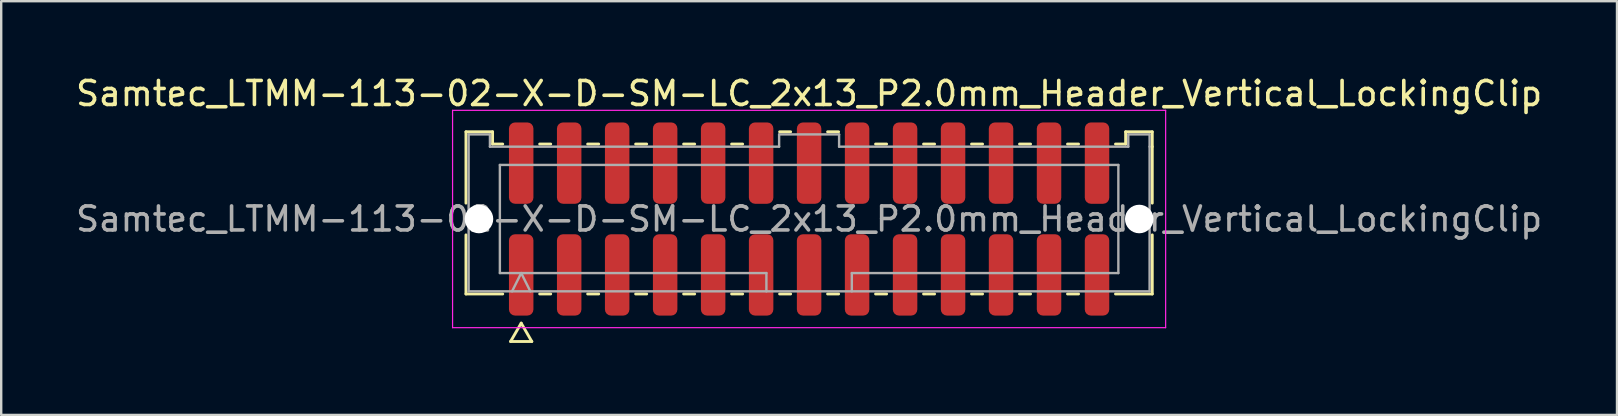
<source format=kicad_pcb>
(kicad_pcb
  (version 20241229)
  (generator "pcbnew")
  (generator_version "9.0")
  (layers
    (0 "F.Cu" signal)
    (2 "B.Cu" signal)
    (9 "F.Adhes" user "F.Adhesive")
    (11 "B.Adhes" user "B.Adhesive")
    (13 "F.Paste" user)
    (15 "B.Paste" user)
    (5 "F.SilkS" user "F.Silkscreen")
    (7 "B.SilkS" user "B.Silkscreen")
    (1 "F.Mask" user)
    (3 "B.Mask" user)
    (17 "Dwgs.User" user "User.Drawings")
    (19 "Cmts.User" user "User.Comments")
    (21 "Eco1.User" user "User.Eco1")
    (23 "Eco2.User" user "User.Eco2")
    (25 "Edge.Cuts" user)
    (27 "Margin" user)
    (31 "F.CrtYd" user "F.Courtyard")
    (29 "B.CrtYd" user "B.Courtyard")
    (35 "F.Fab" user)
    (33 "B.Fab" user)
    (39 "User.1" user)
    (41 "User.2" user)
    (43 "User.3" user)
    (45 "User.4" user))
  (footprint "Samtec_LTMM-113-02-X-D-SM-LC_2x13_P2.0mm_Header_Vertical_LockingClip"
    (layer "F.Cu")
    (at 30.673 6.078)
    (property "Reference" "Samtec_LTMM-113-02-X-D-SM-LC_2x13_P2.0mm_Header_Vertical_LockingClip" (at 0 -5.23 0) (layer "F.SilkS") (effects (font (size 1 1) (thickness 0.15))))
    (attr smd)
    (fp_line (start -14.302 -3.635) (end -13.193 -3.635) (stroke (width 0.12) (type solid)) (layer "F.SilkS"))
    (fp_line (start -14.302 -0.662) (end -14.302 -3.635) (stroke (width 0.12) (type solid)) (layer "F.SilkS"))
    (fp_line (start -14.302 3.125) (end -14.302 0.662) (stroke (width 0.12) (type solid)) (layer "F.SilkS"))
    (fp_line (start -13.193 -3.635) (end -13.193 -3.125) (stroke (width 0.12) (type solid)) (layer "F.SilkS"))
    (fp_line (start -13.193 -3.125) (end -12.77 -3.125) (stroke (width 0.12) (type solid)) (layer "F.SilkS"))
    (fp_line (start -12.77 3.125) (end -14.302 3.125) (stroke (width 0.12) (type solid)) (layer "F.SilkS"))
    (fp_line (start -12.442 5.105) (end -12 4.34) (stroke (width 0.12) (type solid)) (layer "F.SilkS"))
    (fp_line (start -12 4.34) (end -11.558 5.105) (stroke (width 0.12) (type solid)) (layer "F.SilkS"))
    (fp_line (start -11.558 5.105) (end -12.442 5.105) (stroke (width 0.12) (type solid)) (layer "F.SilkS"))
    (fp_line (start -11.23 -3.125) (end -10.77 -3.125) (stroke (width 0.12) (type solid)) (layer "F.SilkS"))
    (fp_line (start -10.77 3.125) (end -11.23 3.125) (stroke (width 0.12) (type solid)) (layer "F.SilkS"))
    (fp_line (start -9.23 -3.125) (end -8.77 -3.125) (stroke (width 0.12) (type solid)) (layer "F.SilkS"))
    (fp_line (start -8.77 3.125) (end -9.23 3.125) (stroke (width 0.12) (type solid)) (layer "F.SilkS"))
    (fp_line (start -7.23 -3.125) (end -6.77 -3.125) (stroke (width 0.12) (type solid)) (layer "F.SilkS"))
    (fp_line (start -6.77 3.125) (end -7.23 3.125) (stroke (width 0.12) (type solid)) (layer "F.SilkS"))
    (fp_line (start -5.23 -3.125) (end -4.77 -3.125) (stroke (width 0.12) (type solid)) (layer "F.SilkS"))
    (fp_line (start -4.77 3.125) (end -5.23 3.125) (stroke (width 0.12) (type solid)) (layer "F.SilkS"))
    (fp_line (start -3.23 -3.125) (end -2.77 -3.125) (stroke (width 0.12) (type solid)) (layer "F.SilkS"))
    (fp_line (start -2.77 3.125) (end -3.23 3.125) (stroke (width 0.12) (type solid)) (layer "F.SilkS"))
    (fp_line (start -1.23 -3.635) (end -0.77 -3.635) (stroke (width 0.12) (type solid)) (layer "F.SilkS"))
    (fp_line (start -0.77 3.125) (end -1.23 3.125) (stroke (width 0.12) (type solid)) (layer "F.SilkS"))
    (fp_line (start 0.77 -3.635) (end 1.23 -3.635) (stroke (width 0.12) (type solid)) (layer "F.SilkS"))
    (fp_line (start 1.23 3.125) (end 0.77 3.125) (stroke (width 0.12) (type solid)) (layer "F.SilkS"))
    (fp_line (start 2.77 -3.125) (end 3.23 -3.125) (stroke (width 0.12) (type solid)) (layer "F.SilkS"))
    (fp_line (start 3.23 3.125) (end 2.77 3.125) (stroke (width 0.12) (type solid)) (layer "F.SilkS"))
    (fp_line (start 4.77 -3.125) (end 5.23 -3.125) (stroke (width 0.12) (type solid)) (layer "F.SilkS"))
    (fp_line (start 5.23 3.125) (end 4.77 3.125) (stroke (width 0.12) (type solid)) (layer "F.SilkS"))
    (fp_line (start 6.77 -3.125) (end 7.23 -3.125) (stroke (width 0.12) (type solid)) (layer "F.SilkS"))
    (fp_line (start 7.23 3.125) (end 6.77 3.125) (stroke (width 0.12) (type solid)) (layer "F.SilkS"))
    (fp_line (start 8.77 -3.125) (end 9.23 -3.125) (stroke (width 0.12) (type solid)) (layer "F.SilkS"))
    (fp_line (start 9.23 3.125) (end 8.77 3.125) (stroke (width 0.12) (type solid)) (layer "F.SilkS"))
    (fp_line (start 10.77 -3.125) (end 11.23 -3.125) (stroke (width 0.12) (type solid)) (layer "F.SilkS"))
    (fp_line (start 11.23 3.125) (end 10.77 3.125) (stroke (width 0.12) (type solid)) (layer "F.SilkS"))
    (fp_line (start 12.77 -3.125) (end 13.193 -3.125) (stroke (width 0.12) (type solid)) (layer "F.SilkS"))
    (fp_line (start 13.193 -3.635) (end 14.302 -3.635) (stroke (width 0.12) (type solid)) (layer "F.SilkS"))
    (fp_line (start 13.193 -3.125) (end 13.193 -3.635) (stroke (width 0.12) (type solid)) (layer "F.SilkS"))
    (fp_line (start 14.302 -3.635) (end 14.302 -3.015) (stroke (width 0.12) (type solid)) (layer "F.SilkS"))
    (fp_line (start 14.302 -3.015) (end 14.302 -0.662) (stroke (width 0.12) (type solid)) (layer "F.SilkS"))
    (fp_line (start 14.302 0.662) (end 14.302 3.125) (stroke (width 0.12) (type solid)) (layer "F.SilkS"))
    (fp_line (start 14.302 3.125) (end 12.77 3.125) (stroke (width 0.12) (type solid)) (layer "F.SilkS"))
    (fp_line (start -14.86 -4.53) (end -14.86 4.53) (stroke (width 0.05) (type solid)) (layer "F.CrtYd"))
    (fp_line (start -14.86 4.53) (end 14.86 4.53) (stroke (width 0.05) (type solid)) (layer "F.CrtYd"))
    (fp_line (start 14.86 -4.53) (end -14.86 -4.53) (stroke (width 0.05) (type solid)) (layer "F.CrtYd"))
    (fp_line (start 14.86 4.53) (end 14.86 -4.53) (stroke (width 0.05) (type solid)) (layer "F.CrtYd"))
    (fp_line (start -14.191 -3.525) (end -13.303 -3.525) (stroke (width 0.1) (type solid)) (layer "F.Fab"))
    (fp_line (start -14.191 3.015) (end -14.191 -3.525) (stroke (width 0.1) (type solid)) (layer "F.Fab"))
    (fp_line (start -13.303 -3.525) (end -13.303 -3.015) (stroke (width 0.1) (type solid)) (layer "F.Fab"))
    (fp_line (start -13.303 -3.015) (end -1.25 -3.015) (stroke (width 0.1) (type solid)) (layer "F.Fab"))
    (fp_line (start -12.889 -2.253) (end 12.889 -2.253) (stroke (width 0.1) (type solid)) (layer "F.Fab"))
    (fp_line (start -12.889 2.253) (end -12.889 -2.253) (stroke (width 0.1) (type solid)) (layer "F.Fab"))
    (fp_line (start -12.381 3.015) (end -12 2.253) (stroke (width 0.1) (type solid)) (layer "F.Fab"))
    (fp_line (start -12 2.253) (end -11.619 3.015) (stroke (width 0.1) (type solid)) (layer "F.Fab"))
    (fp_line (start -1.78 2.253) (end -12.889 2.253) (stroke (width 0.1) (type solid)) (layer "F.Fab"))
    (fp_line (start -1.78 3.015) (end -1.78 2.253) (stroke (width 0.1) (type solid)) (layer "F.Fab"))
    (fp_line (start -1.25 -3.525) (end 1.25 -3.525) (stroke (width 0.1) (type solid)) (layer "F.Fab"))
    (fp_line (start -1.25 -3.015) (end -1.25 -3.525) (stroke (width 0.1) (type solid)) (layer "F.Fab"))
    (fp_line (start 1.25 -3.525) (end 1.25 -3.015) (stroke (width 0.1) (type solid)) (layer "F.Fab"))
    (fp_line (start 1.25 -3.015) (end 13.303 -3.015) (stroke (width 0.1) (type solid)) (layer "F.Fab"))
    (fp_line (start 1.78 2.253) (end 1.78 3.015) (stroke (width 0.1) (type solid)) (layer "F.Fab"))
    (fp_line (start 12.889 -2.253) (end 12.889 2.253) (stroke (width 0.1) (type solid)) (layer "F.Fab"))
    (fp_line (start 12.889 2.253) (end 1.78 2.253) (stroke (width 0.1) (type solid)) (layer "F.Fab"))
    (fp_line (start 13.303 -3.525) (end 14.191 -3.525) (stroke (width 0.1) (type solid)) (layer "F.Fab"))
    (fp_line (start 13.303 -3.015) (end 13.303 -3.525) (stroke (width 0.1) (type solid)) (layer "F.Fab"))
    (fp_line (start 14.191 -3.525) (end 14.191 -3.015) (stroke (width 0.1) (type solid)) (layer "F.Fab"))
    (fp_line (start 14.191 -3.015) (end 14.191 3.015) (stroke (width 0.1) (type solid)) (layer "F.Fab"))
    (fp_line (start 14.191 3.015) (end -14.191 3.015) (stroke (width 0.1) (type solid)) (layer "F.Fab"))
    (fp_text user "${REFERENCE}" (at 0 0 0) (layer "F.Fab") (effects (font (size 1 1) (thickness 0.15))))
    (pad "" np_thru_hole circle (at -13.76 0) (size 1.19 1.19) (drill 1.19) (layers "*.Cu" "*.Mask"))
    (pad "" np_thru_hole circle (at 13.76 0) (size 1.19 1.19) (drill 1.19) (layers "*.Cu" "*.Mask"))
    (pad "1" smd roundrect (at -12 2.33) (size 1.02 3.39) (layers "F.Cu" "F.Mask" "F.Paste") (roundrect_rratio 0.25))
    (pad "2" smd roundrect (at -12 -2.33) (size 1.02 3.39) (layers "F.Cu" "F.Mask" "F.Paste") (roundrect_rratio 0.25))
    (pad "3" smd roundrect (at -10 2.33) (size 1.02 3.39) (layers "F.Cu" "F.Mask" "F.Paste") (roundrect_rratio 0.25))
    (pad "4" smd roundrect (at -10 -2.33) (size 1.02 3.39) (layers "F.Cu" "F.Mask" "F.Paste") (roundrect_rratio 0.25))
    (pad "5" smd roundrect (at -8 2.33) (size 1.02 3.39) (layers "F.Cu" "F.Mask" "F.Paste") (roundrect_rratio 0.25))
    (pad "6" smd roundrect (at -8 -2.33) (size 1.02 3.39) (layers "F.Cu" "F.Mask" "F.Paste") (roundrect_rratio 0.25))
    (pad "7" smd roundrect (at -6 2.33) (size 1.02 3.39) (layers "F.Cu" "F.Mask" "F.Paste") (roundrect_rratio 0.25))
    (pad "8" smd roundrect (at -6 -2.33) (size 1.02 3.39) (layers "F.Cu" "F.Mask" "F.Paste") (roundrect_rratio 0.25))
    (pad "9" smd roundrect (at -4 2.33) (size 1.02 3.39) (layers "F.Cu" "F.Mask" "F.Paste") (roundrect_rratio 0.25))
    (pad "10" smd roundrect (at -4 -2.33) (size 1.02 3.39) (layers "F.Cu" "F.Mask" "F.Paste") (roundrect_rratio 0.25))
    (pad "11" smd roundrect (at -2 2.33) (size 1.02 3.39) (layers "F.Cu" "F.Mask" "F.Paste") (roundrect_rratio 0.25))
    (pad "12" smd roundrect (at -2 -2.33) (size 1.02 3.39) (layers "F.Cu" "F.Mask" "F.Paste") (roundrect_rratio 0.25))
    (pad "13" smd roundrect (at 0 2.33) (size 1.02 3.39) (layers "F.Cu" "F.Mask" "F.Paste") (roundrect_rratio 0.25))
    (pad "14" smd roundrect (at 0 -2.33) (size 1.02 3.39) (layers "F.Cu" "F.Mask" "F.Paste") (roundrect_rratio 0.25))
    (pad "15" smd roundrect (at 2 2.33) (size 1.02 3.39) (layers "F.Cu" "F.Mask" "F.Paste") (roundrect_rratio 0.25))
    (pad "16" smd roundrect (at 2 -2.33) (size 1.02 3.39) (layers "F.Cu" "F.Mask" "F.Paste") (roundrect_rratio 0.25))
    (pad "17" smd roundrect (at 4 2.33) (size 1.02 3.39) (layers "F.Cu" "F.Mask" "F.Paste") (roundrect_rratio 0.25))
    (pad "18" smd roundrect (at 4 -2.33) (size 1.02 3.39) (layers "F.Cu" "F.Mask" "F.Paste") (roundrect_rratio 0.25))
    (pad "19" smd roundrect (at 6 2.33) (size 1.02 3.39) (layers "F.Cu" "F.Mask" "F.Paste") (roundrect_rratio 0.25))
    (pad "20" smd roundrect (at 6 -2.33) (size 1.02 3.39) (layers "F.Cu" "F.Mask" "F.Paste") (roundrect_rratio 0.25))
    (pad "21" smd roundrect (at 8 2.33) (size 1.02 3.39) (layers "F.Cu" "F.Mask" "F.Paste") (roundrect_rratio 0.25))
    (pad "22" smd roundrect (at 8 -2.33) (size 1.02 3.39) (layers "F.Cu" "F.Mask" "F.Paste") (roundrect_rratio 0.25))
    (pad "23" smd roundrect (at 10 2.33) (size 1.02 3.39) (layers "F.Cu" "F.Mask" "F.Paste") (roundrect_rratio 0.25))
    (pad "24" smd roundrect (at 10 -2.33) (size 1.02 3.39) (layers "F.Cu" "F.Mask" "F.Paste") (roundrect_rratio 0.25))
    (pad "25" smd roundrect (at 12 2.33) (size 1.02 3.39) (layers "F.Cu" "F.Mask" "F.Paste") (roundrect_rratio 0.25))
    (pad "26" smd roundrect (at 12 -2.33) (size 1.02 3.39) (layers "F.Cu" "F.Mask" "F.Paste") (roundrect_rratio 0.25)))
  (gr_rect
    (start -3 -3)
    (end 64.345 14.243)
    (stroke (width 0.1) (type default))
    (fill no)
    (layer "Edge.Cuts")))
</source>
